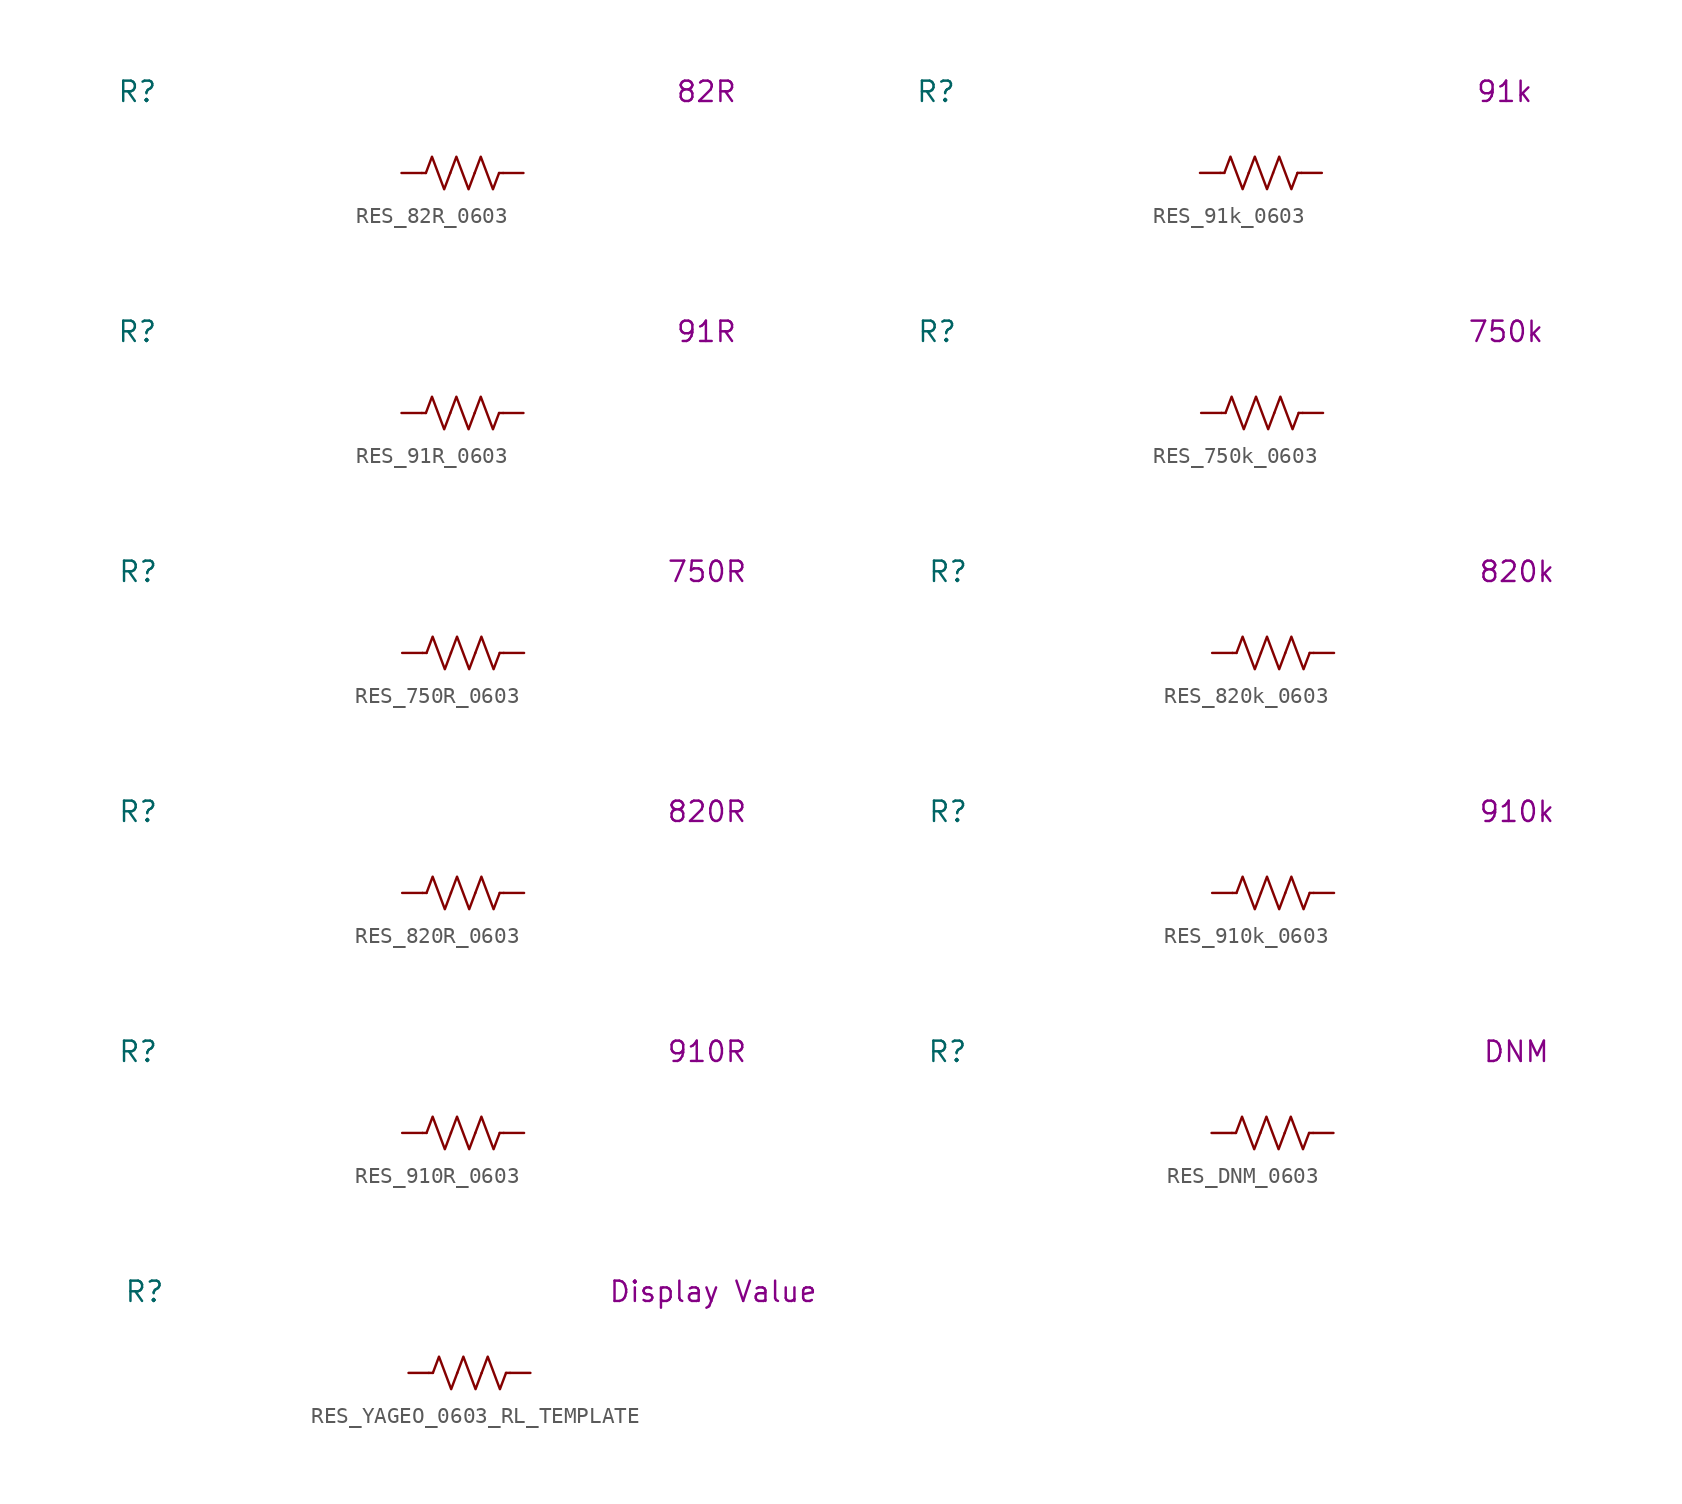
<source format=kicad_sym>
(kicad_symbol_lib
  (version 20231120)
  (generator "kicad_symbol_editor")
  (generator_version "8.0")
  (symbol "RES_82R_0603"
    (pin_numbers hide)
    (property "Reference" "R"
      (at -20.32 5.08 0)
      (effects (font (size 1.27 1.27))))
    (property "Display Value" "82R"
      (at 15.24 5.08 0)
      (effects (font (size 1.27 1.27))))
    (symbol "RES_82R_0603_0_1"
      (polyline (pts (xy -2.286 0) (xy -2.54 0)) (stroke (width 0) (type default)) (fill (type none)))
      (polyline (pts (xy 2.286 0) (xy 2.54 0)) (stroke (width 0) (type default)) (fill (type none)))
      (polyline (pts (xy -2.286 0) (xy -1.905 1.016) (xy -1.524 0) (xy -1.143 -1.016) (xy -0.762 0)) (stroke (width 0) (type default)) (fill (type none)))
      (polyline (pts (xy -0.762 0) (xy -0.381 1.016) (xy 0 0) (xy 0.381 -1.016) (xy 0.762 0)) (stroke (width 0) (type default)) (fill (type none)))
      (polyline (pts (xy 0.762 0) (xy 1.143 1.016) (xy 1.524 0) (xy 1.905 -1.016) (xy 2.286 0)) (stroke (width 0) (type default)) (fill (type none))))
    (symbol "RES_82R_0603_1_1"
      (pin passive line (at -3.81 0 0) (length 1.27) (name "~" (effects (font (size 1.27 1.27)))) (number "1" (effects (font (size 1.27 1.27)))))
      (pin passive line (at 3.81 0 180) (length 1.27) (name "~" (effects (font (size 1.27 1.27)))) (number "2" (effects (font (size 1.27 1.27)))))))
  (symbol "RES_91k_0603"
    (pin_numbers hide)
    (property "Reference" "R"
      (at -20.32 5.08 0)
      (effects (font (size 1.27 1.27))))
    (property "Display Value" "91k"
      (at 15.24 5.08 0)
      (effects (font (size 1.27 1.27))))
    (symbol "RES_91k_0603_0_1"
      (polyline (pts (xy -2.286 0) (xy -2.54 0)) (stroke (width 0) (type default)) (fill (type none)))
      (polyline (pts (xy 2.286 0) (xy 2.54 0)) (stroke (width 0) (type default)) (fill (type none)))
      (polyline (pts (xy -2.286 0) (xy -1.905 1.016) (xy -1.524 0) (xy -1.143 -1.016) (xy -0.762 0)) (stroke (width 0) (type default)) (fill (type none)))
      (polyline (pts (xy -0.762 0) (xy -0.381 1.016) (xy 0 0) (xy 0.381 -1.016) (xy 0.762 0)) (stroke (width 0) (type default)) (fill (type none)))
      (polyline (pts (xy 0.762 0) (xy 1.143 1.016) (xy 1.524 0) (xy 1.905 -1.016) (xy 2.286 0)) (stroke (width 0) (type default)) (fill (type none))))
    (symbol "RES_91k_0603_1_1"
      (pin passive line (at -3.81 0 0) (length 1.27) (name "~" (effects (font (size 1.27 1.27)))) (number "1" (effects (font (size 1.27 1.27)))))
      (pin passive line (at 3.81 0 180) (length 1.27) (name "~" (effects (font (size 1.27 1.27)))) (number "2" (effects (font (size 1.27 1.27)))))))
  (symbol "RES_91R_0603"
    (pin_numbers hide)
    (property "Reference" "R"
      (at -20.32 5.08 0)
      (effects (font (size 1.27 1.27))))
    (property "Display Value" "91R"
      (at 15.24 5.08 0)
      (effects (font (size 1.27 1.27))))
    (symbol "RES_91R_0603_0_1"
      (polyline (pts (xy -2.286 0) (xy -2.54 0)) (stroke (width 0) (type default)) (fill (type none)))
      (polyline (pts (xy 2.286 0) (xy 2.54 0)) (stroke (width 0) (type default)) (fill (type none)))
      (polyline (pts (xy -2.286 0) (xy -1.905 1.016) (xy -1.524 0) (xy -1.143 -1.016) (xy -0.762 0)) (stroke (width 0) (type default)) (fill (type none)))
      (polyline (pts (xy -0.762 0) (xy -0.381 1.016) (xy 0 0) (xy 0.381 -1.016) (xy 0.762 0)) (stroke (width 0) (type default)) (fill (type none)))
      (polyline (pts (xy 0.762 0) (xy 1.143 1.016) (xy 1.524 0) (xy 1.905 -1.016) (xy 2.286 0)) (stroke (width 0) (type default)) (fill (type none))))
    (symbol "RES_91R_0603_1_1"
      (pin passive line (at -3.81 0 0) (length 1.27) (name "~" (effects (font (size 1.27 1.27)))) (number "1" (effects (font (size 1.27 1.27)))))
      (pin passive line (at 3.81 0 180) (length 1.27) (name "~" (effects (font (size 1.27 1.27)))) (number "2" (effects (font (size 1.27 1.27)))))))
  (symbol "RES_750k_0603"
    (pin_numbers hide)
    (property "Reference" "R"
      (at -20.32 5.08 0)
      (effects (font (size 1.27 1.27))))
    (property "Display Value" "750k"
      (at 15.24 5.08 0)
      (effects (font (size 1.27 1.27))))
    (symbol "RES_750k_0603_0_1"
      (polyline (pts (xy -2.286 0) (xy -2.54 0)) (stroke (width 0) (type default)) (fill (type none)))
      (polyline (pts (xy 2.286 0) (xy 2.54 0)) (stroke (width 0) (type default)) (fill (type none)))
      (polyline (pts (xy -2.286 0) (xy -1.905 1.016) (xy -1.524 0) (xy -1.143 -1.016) (xy -0.762 0)) (stroke (width 0) (type default)) (fill (type none)))
      (polyline (pts (xy -0.762 0) (xy -0.381 1.016) (xy 0 0) (xy 0.381 -1.016) (xy 0.762 0)) (stroke (width 0) (type default)) (fill (type none)))
      (polyline (pts (xy 0.762 0) (xy 1.143 1.016) (xy 1.524 0) (xy 1.905 -1.016) (xy 2.286 0)) (stroke (width 0) (type default)) (fill (type none))))
    (symbol "RES_750k_0603_1_1"
      (pin passive line (at -3.81 0 0) (length 1.27) (name "~" (effects (font (size 1.27 1.27)))) (number "1" (effects (font (size 1.27 1.27)))))
      (pin passive line (at 3.81 0 180) (length 1.27) (name "~" (effects (font (size 1.27 1.27)))) (number "2" (effects (font (size 1.27 1.27)))))))
  (symbol "RES_750R_0603"
    (pin_numbers hide)
    (property "Reference" "R"
      (at -20.32 5.08 0)
      (effects (font (size 1.27 1.27))))
    (property "Display Value" "750R"
      (at 15.24 5.08 0)
      (effects (font (size 1.27 1.27))))
    (symbol "RES_750R_0603_0_1"
      (polyline (pts (xy -2.286 0) (xy -2.54 0)) (stroke (width 0) (type default)) (fill (type none)))
      (polyline (pts (xy 2.286 0) (xy 2.54 0)) (stroke (width 0) (type default)) (fill (type none)))
      (polyline (pts (xy -2.286 0) (xy -1.905 1.016) (xy -1.524 0) (xy -1.143 -1.016) (xy -0.762 0)) (stroke (width 0) (type default)) (fill (type none)))
      (polyline (pts (xy -0.762 0) (xy -0.381 1.016) (xy 0 0) (xy 0.381 -1.016) (xy 0.762 0)) (stroke (width 0) (type default)) (fill (type none)))
      (polyline (pts (xy 0.762 0) (xy 1.143 1.016) (xy 1.524 0) (xy 1.905 -1.016) (xy 2.286 0)) (stroke (width 0) (type default)) (fill (type none))))
    (symbol "RES_750R_0603_1_1"
      (pin passive line (at -3.81 0 0) (length 1.27) (name "~" (effects (font (size 1.27 1.27)))) (number "1" (effects (font (size 1.27 1.27)))))
      (pin passive line (at 3.81 0 180) (length 1.27) (name "~" (effects (font (size 1.27 1.27)))) (number "2" (effects (font (size 1.27 1.27)))))))
  (symbol "RES_820k_0603"
    (pin_numbers hide)
    (property "Reference" "R"
      (at -20.32 5.08 0)
      (effects (font (size 1.27 1.27))))
    (property "Display Value" "820k"
      (at 15.24 5.08 0)
      (effects (font (size 1.27 1.27))))
    (symbol "RES_820k_0603_0_1"
      (polyline (pts (xy -2.286 0) (xy -2.54 0)) (stroke (width 0) (type default)) (fill (type none)))
      (polyline (pts (xy 2.286 0) (xy 2.54 0)) (stroke (width 0) (type default)) (fill (type none)))
      (polyline (pts (xy -2.286 0) (xy -1.905 1.016) (xy -1.524 0) (xy -1.143 -1.016) (xy -0.762 0)) (stroke (width 0) (type default)) (fill (type none)))
      (polyline (pts (xy -0.762 0) (xy -0.381 1.016) (xy 0 0) (xy 0.381 -1.016) (xy 0.762 0)) (stroke (width 0) (type default)) (fill (type none)))
      (polyline (pts (xy 0.762 0) (xy 1.143 1.016) (xy 1.524 0) (xy 1.905 -1.016) (xy 2.286 0)) (stroke (width 0) (type default)) (fill (type none))))
    (symbol "RES_820k_0603_1_1"
      (pin passive line (at -3.81 0 0) (length 1.27) (name "~" (effects (font (size 1.27 1.27)))) (number "1" (effects (font (size 1.27 1.27)))))
      (pin passive line (at 3.81 0 180) (length 1.27) (name "~" (effects (font (size 1.27 1.27)))) (number "2" (effects (font (size 1.27 1.27)))))))
  (symbol "RES_820R_0603"
    (pin_numbers hide)
    (property "Reference" "R"
      (at -20.32 5.08 0)
      (effects (font (size 1.27 1.27))))
    (property "Display Value" "820R"
      (at 15.24 5.08 0)
      (effects (font (size 1.27 1.27))))
    (symbol "RES_820R_0603_0_1"
      (polyline (pts (xy -2.286 0) (xy -2.54 0)) (stroke (width 0) (type default)) (fill (type none)))
      (polyline (pts (xy 2.286 0) (xy 2.54 0)) (stroke (width 0) (type default)) (fill (type none)))
      (polyline (pts (xy -2.286 0) (xy -1.905 1.016) (xy -1.524 0) (xy -1.143 -1.016) (xy -0.762 0)) (stroke (width 0) (type default)) (fill (type none)))
      (polyline (pts (xy -0.762 0) (xy -0.381 1.016) (xy 0 0) (xy 0.381 -1.016) (xy 0.762 0)) (stroke (width 0) (type default)) (fill (type none)))
      (polyline (pts (xy 0.762 0) (xy 1.143 1.016) (xy 1.524 0) (xy 1.905 -1.016) (xy 2.286 0)) (stroke (width 0) (type default)) (fill (type none))))
    (symbol "RES_820R_0603_1_1"
      (pin passive line (at -3.81 0 0) (length 1.27) (name "~" (effects (font (size 1.27 1.27)))) (number "1" (effects (font (size 1.27 1.27)))))
      (pin passive line (at 3.81 0 180) (length 1.27) (name "~" (effects (font (size 1.27 1.27)))) (number "2" (effects (font (size 1.27 1.27)))))))
  (symbol "RES_910k_0603"
    (pin_numbers hide)
    (property "Reference" "R"
      (at -20.32 5.08 0)
      (effects (font (size 1.27 1.27))))
    (property "Display Value" "910k"
      (at 15.24 5.08 0)
      (effects (font (size 1.27 1.27))))
    (symbol "RES_910k_0603_0_1"
      (polyline (pts (xy -2.286 0) (xy -2.54 0)) (stroke (width 0) (type default)) (fill (type none)))
      (polyline (pts (xy 2.286 0) (xy 2.54 0)) (stroke (width 0) (type default)) (fill (type none)))
      (polyline (pts (xy -2.286 0) (xy -1.905 1.016) (xy -1.524 0) (xy -1.143 -1.016) (xy -0.762 0)) (stroke (width 0) (type default)) (fill (type none)))
      (polyline (pts (xy -0.762 0) (xy -0.381 1.016) (xy 0 0) (xy 0.381 -1.016) (xy 0.762 0)) (stroke (width 0) (type default)) (fill (type none)))
      (polyline (pts (xy 0.762 0) (xy 1.143 1.016) (xy 1.524 0) (xy 1.905 -1.016) (xy 2.286 0)) (stroke (width 0) (type default)) (fill (type none))))
    (symbol "RES_910k_0603_1_1"
      (pin passive line (at -3.81 0 0) (length 1.27) (name "~" (effects (font (size 1.27 1.27)))) (number "1" (effects (font (size 1.27 1.27)))))
      (pin passive line (at 3.81 0 180) (length 1.27) (name "~" (effects (font (size 1.27 1.27)))) (number "2" (effects (font (size 1.27 1.27)))))))
  (symbol "RES_910R_0603"
    (pin_numbers hide)
    (property "Reference" "R"
      (at -20.32 5.08 0)
      (effects (font (size 1.27 1.27))))
    (property "Display Value" "910R"
      (at 15.24 5.08 0)
      (effects (font (size 1.27 1.27))))
    (symbol "RES_910R_0603_0_1"
      (polyline (pts (xy -2.286 0) (xy -2.54 0)) (stroke (width 0) (type default)) (fill (type none)))
      (polyline (pts (xy 2.286 0) (xy 2.54 0)) (stroke (width 0) (type default)) (fill (type none)))
      (polyline (pts (xy -2.286 0) (xy -1.905 1.016) (xy -1.524 0) (xy -1.143 -1.016) (xy -0.762 0)) (stroke (width 0) (type default)) (fill (type none)))
      (polyline (pts (xy -0.762 0) (xy -0.381 1.016) (xy 0 0) (xy 0.381 -1.016) (xy 0.762 0)) (stroke (width 0) (type default)) (fill (type none)))
      (polyline (pts (xy 0.762 0) (xy 1.143 1.016) (xy 1.524 0) (xy 1.905 -1.016) (xy 2.286 0)) (stroke (width 0) (type default)) (fill (type none))))
    (symbol "RES_910R_0603_1_1"
      (pin passive line (at -3.81 0 0) (length 1.27) (name "~" (effects (font (size 1.27 1.27)))) (number "1" (effects (font (size 1.27 1.27)))))
      (pin passive line (at 3.81 0 180) (length 1.27) (name "~" (effects (font (size 1.27 1.27)))) (number "2" (effects (font (size 1.27 1.27)))))))
  (symbol "RES_DNM_0603"
    (pin_numbers hide)
    (property "Reference" "R"
      (at -20.32 5.08 0)
      (effects (font (size 1.27 1.27))))
    (property "Display Value" "DNM"
      (at 15.24 5.08 0)
      (effects (font (size 1.27 1.27))))
    (symbol "RES_DNM_0603_0_1"
      (polyline (pts (xy -2.286 0) (xy -2.54 0)) (stroke (width 0) (type default)) (fill (type none)))
      (polyline (pts (xy 2.286 0) (xy 2.54 0)) (stroke (width 0) (type default)) (fill (type none)))
      (polyline (pts (xy -2.286 0) (xy -1.905 1.016) (xy -1.524 0) (xy -1.143 -1.016) (xy -0.762 0)) (stroke (width 0) (type default)) (fill (type none)))
      (polyline (pts (xy -0.762 0) (xy -0.381 1.016) (xy 0 0) (xy 0.381 -1.016) (xy 0.762 0)) (stroke (width 0) (type default)) (fill (type none)))
      (polyline (pts (xy 0.762 0) (xy 1.143 1.016) (xy 1.524 0) (xy 1.905 -1.016) (xy 2.286 0)) (stroke (width 0) (type default)) (fill (type none))))
    (symbol "RES_DNM_0603_1_1"
      (pin passive line (at -3.81 0 0) (length 1.27) (name "~" (effects (font (size 1.27 1.27)))) (number "1" (effects (font (size 1.27 1.27)))))
      (pin passive line (at 3.81 0 180) (length 1.27) (name "~" (effects (font (size 1.27 1.27)))) (number "2" (effects (font (size 1.27 1.27)))))))
  (symbol "RES_YAGEO_0603_RL_TEMPLATE"
    (pin_numbers hide)
    (property "Reference" "R"
      (at -20.32 5.08 0)
      (effects (font (size 1.27 1.27))))
    (property "Display Value" "Display Value"
      (at 15.24 5.08 0)
      (effects (font (size 1.27 1.27))))
    (symbol "RES_YAGEO_0603_RL_TEMPLATE_0_1"
      (polyline (pts (xy -2.286 0) (xy -2.54 0)) (stroke (width 0) (type default)) (fill (type none)))
      (polyline (pts (xy 2.286 0) (xy 2.54 0)) (stroke (width 0) (type default)) (fill (type none)))
      (polyline (pts (xy -2.286 0) (xy -1.905 1.016) (xy -1.524 0) (xy -1.143 -1.016) (xy -0.762 0)) (stroke (width 0) (type default)) (fill (type none)))
      (polyline (pts (xy -0.762 0) (xy -0.381 1.016) (xy 0 0) (xy 0.381 -1.016) (xy 0.762 0)) (stroke (width 0) (type default)) (fill (type none)))
      (polyline (pts (xy 0.762 0) (xy 1.143 1.016) (xy 1.524 0) (xy 1.905 -1.016) (xy 2.286 0)) (stroke (width 0) (type default)) (fill (type none))))
    (symbol "RES_YAGEO_0603_RL_TEMPLATE_1_1"
      (pin passive line (at -3.81 0 0) (length 1.27) (name "~" (effects (font (size 1.27 1.27)))) (number "1" (effects (font (size 1.27 1.27)))))
      (pin passive line (at 3.81 0 180) (length 1.27) (name "~" (effects (font (size 1.27 1.27)))) (number "2" (effects (font (size 1.27 1.27))))))))
</source>
